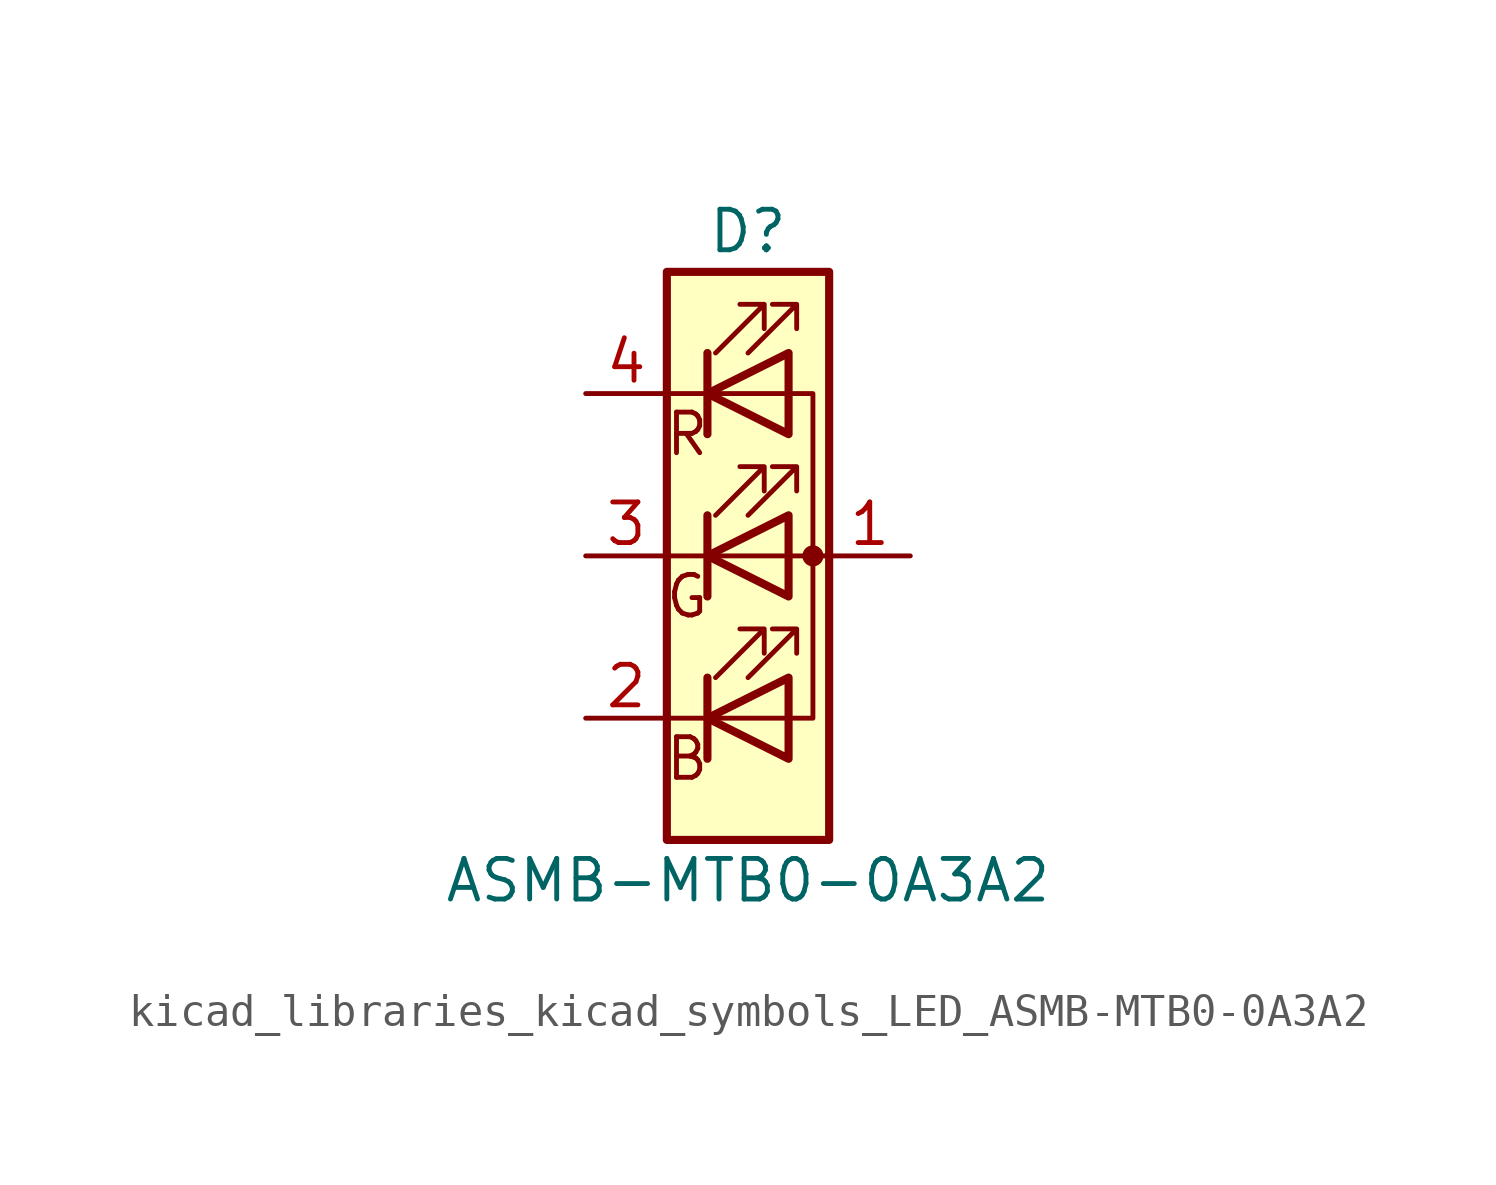
<source format=kicad_sym>
(kicad_symbol_lib
  (version 20220914)
  (generator kicad_symbol_editor)
  (symbol "kicad_libraries_kicad_symbols_LED_ASMB-MTB0-0A3A2"
    (pin_names
      (offset 0) hide)
    (property "Reference" "D"
      (at 0 10.16 0)
      (effects (font (size 1.27 1.27))))
    (property "Value" "ASMB-MTB0-0A3A2"
      (at 0 -10.16 0)
      (effects (font (size 1.27 1.27))))
    (symbol "kicad_libraries_kicad_symbols_LED_ASMB-MTB0-0A3A2_0_0"
      (text "B" (at -1.905 -6.35 0) (effects (font (size 1.27 1.27))))
      (text "G" (at -1.905 -1.27 0) (effects (font (size 1.27 1.27))))
      (text "R" (at -1.905 3.81 0) (effects (font (size 1.27 1.27)))))
    (symbol "kicad_libraries_kicad_symbols_LED_ASMB-MTB0-0A3A2_0_1"
      (rectangle (start -2.54 -8.89) (end 2.54 8.89) (stroke (width 0.254) (type default)) (fill (type background)))
      (polyline (pts (xy -2.54 -5.08) (xy 1.27 -5.08)) (stroke (width 0) (type default)) (fill (type none)))
      (polyline (pts (xy -1.27 -3.81) (xy -1.27 -6.35)) (stroke (width 0.254) (type default)) (fill (type none)))
      (polyline (pts (xy -1.27 1.27) (xy -1.27 -1.27)) (stroke (width 0.254) (type default)) (fill (type none)))
      (polyline (pts (xy -1.27 6.35) (xy -1.27 3.81)) (stroke (width 0.254) (type default)) (fill (type none)))
      (polyline (pts (xy 1.27 5.08) (xy -2.54 5.08)) (stroke (width 0) (type default)) (fill (type none)))
      (polyline (pts (xy 2.54 0) (xy -2.54 0)) (stroke (width 0) (type default)) (fill (type none)))
      (polyline (pts (xy 1.27 -5.08) (xy 2.032 -5.08) (xy 2.032 5.08) (xy 1.27 5.08)) (stroke (width 0) (type default)) (fill (type none)))
      (polyline (pts (xy 1.27 -3.81) (xy 1.27 -6.35) (xy -1.27 -5.08) (xy 1.27 -3.81)) (stroke (width 0.254) (type default)) (fill (type none)))
      (polyline (pts (xy 1.27 1.27) (xy 1.27 -1.27) (xy -1.27 0) (xy 1.27 1.27)) (stroke (width 0.254) (type default)) (fill (type none)))
      (polyline (pts (xy 1.27 6.35) (xy 1.27 3.81) (xy -1.27 5.08) (xy 1.27 6.35)) (stroke (width 0.254) (type default)) (fill (type none)))
      (polyline (pts (xy -1.016 -3.81) (xy 0.508 -2.286) (xy -0.254 -2.286) (xy 0.508 -2.286) (xy 0.508 -3.048)) (stroke (width 0) (type default)) (fill (type none)))
      (polyline (pts (xy -1.016 1.27) (xy 0.508 2.794) (xy -0.254 2.794) (xy 0.508 2.794) (xy 0.508 2.032)) (stroke (width 0) (type default)) (fill (type none)))
      (polyline (pts (xy -1.016 6.35) (xy 0.508 7.874) (xy -0.254 7.874) (xy 0.508 7.874) (xy 0.508 7.112)) (stroke (width 0) (type default)) (fill (type none)))
      (polyline (pts (xy 0 -3.81) (xy 1.524 -2.286) (xy 0.762 -2.286) (xy 1.524 -2.286) (xy 1.524 -3.048)) (stroke (width 0) (type default)) (fill (type none)))
      (polyline (pts (xy 0 1.27) (xy 1.524 2.794) (xy 0.762 2.794) (xy 1.524 2.794) (xy 1.524 2.032)) (stroke (width 0) (type default)) (fill (type none)))
      (polyline (pts (xy 0 6.35) (xy 1.524 7.874) (xy 0.762 7.874) (xy 1.524 7.874) (xy 1.524 7.112)) (stroke (width 0) (type default)) (fill (type none)))
      (rectangle (start 1.27 6.35) (end 1.27 6.35) (stroke (width 0) (type default)) (fill (type none)))
      (circle (center 2.032 0) (radius 0.254) (stroke (width 0) (type default)) (fill (type outline))))
    (symbol "kicad_libraries_kicad_symbols_LED_ASMB-MTB0-0A3A2_1_1"
      (pin passive line (at 5.08 0 180) (length 2.54) (name "A" (effects (font (size 1.27 1.27)))) (number "1" (effects (font (size 1.27 1.27)))))
      (pin passive line (at -5.08 -5.08 0) (length 2.54) (name "BK" (effects (font (size 1.27 1.27)))) (number "2" (effects (font (size 1.27 1.27)))))
      (pin passive line (at -5.08 0 0) (length 2.54) (name "GK" (effects (font (size 1.27 1.27)))) (number "3" (effects (font (size 1.27 1.27)))))
      (pin passive line (at -5.08 5.08 0) (length 2.54) (name "RK" (effects (font (size 1.27 1.27)))) (number "4" (effects (font (size 1.27 1.27))))))))
</source>
